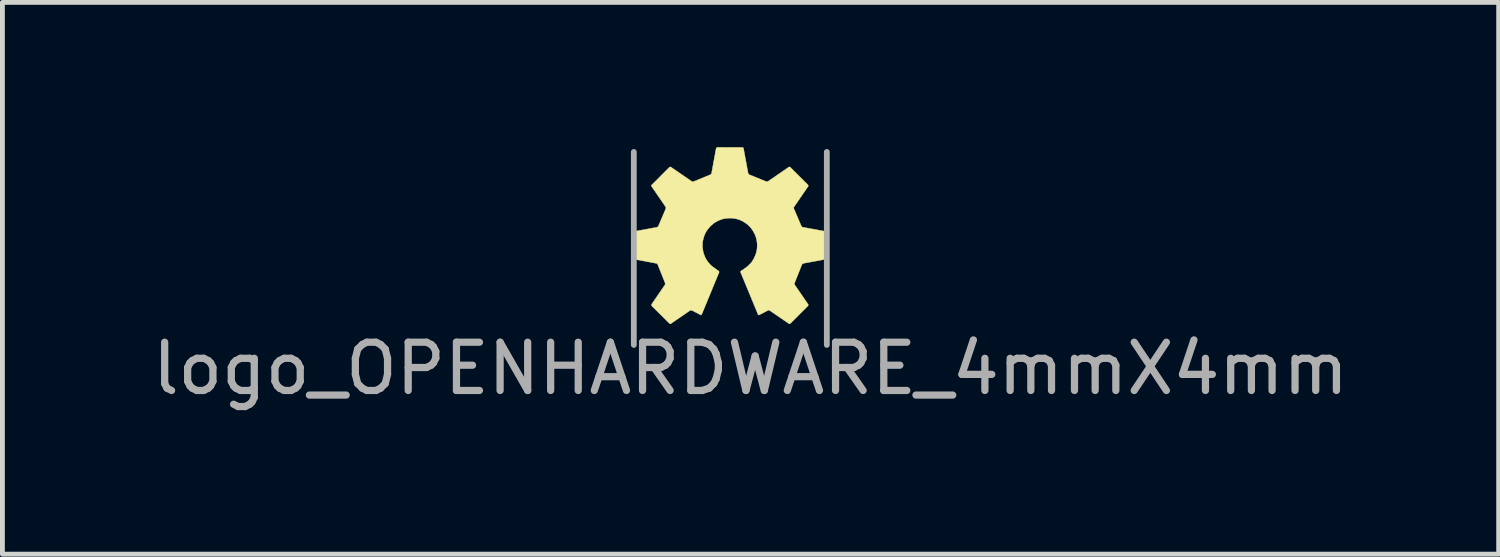
<source format=kicad_pcb>
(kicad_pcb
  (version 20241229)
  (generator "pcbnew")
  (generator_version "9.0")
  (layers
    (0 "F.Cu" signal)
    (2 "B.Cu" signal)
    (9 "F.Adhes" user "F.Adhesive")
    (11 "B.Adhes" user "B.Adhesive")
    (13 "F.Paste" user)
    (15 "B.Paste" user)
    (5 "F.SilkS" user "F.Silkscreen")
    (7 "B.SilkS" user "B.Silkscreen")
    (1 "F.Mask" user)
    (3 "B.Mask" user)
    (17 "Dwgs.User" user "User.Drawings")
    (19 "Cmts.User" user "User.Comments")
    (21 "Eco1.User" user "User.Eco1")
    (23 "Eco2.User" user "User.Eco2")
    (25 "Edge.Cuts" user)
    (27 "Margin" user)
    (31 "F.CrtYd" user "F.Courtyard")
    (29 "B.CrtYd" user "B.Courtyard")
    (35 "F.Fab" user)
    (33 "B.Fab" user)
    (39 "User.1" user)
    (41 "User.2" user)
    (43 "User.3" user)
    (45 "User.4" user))
  (footprint "logo_OPENHARDWARE_4mmX4mm"
    (layer "F.Cu")
    (at 12.087 2.099)
    (property "Reference" "logo_OPENHARDWARE_4mmX4mm" (at 0.419 2.489 0) (layer "F.Fab") (effects (font (size 1 1) (thickness 0.15))))
    (attr through_hole)
    (fp_poly (pts (xy 0.244 -2.093) (xy 0.251 -2.093) (xy 0.259 -2.09) (xy 0.264 -2.088) (xy 0.272 -2.08) (xy 0.369 -1.557) (xy 0.373 -1.547) (xy 0.378 -1.539) (xy 0.386 -1.532) (xy 0.737 -1.389) (xy 0.744 -1.387) (xy 0.757 -1.384) (xy 0.772 -1.387) (xy 0.78 -1.389) (xy 1.214 -1.687) (xy 1.219 -1.689) (xy 1.227 -1.689) (xy 1.237 -1.687) (xy 1.605 -1.321) (xy 1.613 -1.306) (xy 1.615 -1.298) (xy 1.615 -1.29) (xy 1.321 -0.861) (xy 1.318 -0.856) (xy 1.313 -0.848) (xy 1.313 -0.838) (xy 1.316 -0.828) (xy 1.471 -0.465) (xy 1.476 -0.457) (xy 1.478 -0.452) (xy 1.494 -0.442) (xy 1.504 -0.439) (xy 1.996 -0.348) (xy 2.004 -0.345) (xy 2.012 -0.34) (xy 2.017 -0.335) (xy 2.019 -0.33) (xy 2.022 -0.323) (xy 2.022 0.193) (xy 2.019 0.203) (xy 2.012 0.213) (xy 2.004 0.218) (xy 1.514 0.31) (xy 1.504 0.315) (xy 1.494 0.323) (xy 1.483 0.336) (xy 1.332 0.715) (xy 1.328 0.729) (xy 1.328 0.737) (xy 1.331 0.749) (xy 1.61 1.156) (xy 1.613 1.161) (xy 1.615 1.171) (xy 1.615 1.176) (xy 1.613 1.186) (xy 1.242 1.557) (xy 1.234 1.562) (xy 1.224 1.562) (xy 1.217 1.56) (xy 1.212 1.557) (xy 0.818 1.288) (xy 0.81 1.283) (xy 0.8 1.28) (xy 0.79 1.28) (xy 0.78 1.283) (xy 0.599 1.379) (xy 0.592 1.379) (xy 0.584 1.377) (xy 0.579 1.374) (xy 0.574 1.367) (xy 0.218 0.505) (xy 0.213 0.495) (xy 0.213 0.48) (xy 0.216 0.472) (xy 0.226 0.462) (xy 0.262 0.442) (xy 0.302 0.411) (xy 0.356 0.373) (xy 0.437 0.292) (xy 0.485 0.216) (xy 0.528 0.119) (xy 0.549 0.038) (xy 0.556 -0.023) (xy 0.556 -0.094) (xy 0.546 -0.178) (xy 0.513 -0.284) (xy 0.462 -0.376) (xy 0.417 -0.437) (xy 0.368 -0.485) (xy 0.315 -0.526) (xy 0.269 -0.556) (xy 0.203 -0.589) (xy 0.137 -0.61) (xy 0.091 -0.62) (xy 0.043 -0.627) (xy -0.043 -0.627) (xy -0.142 -0.615) (xy -0.239 -0.582) (xy -0.335 -0.528) (xy -0.411 -0.462) (xy -0.452 -0.414) (xy -0.493 -0.361) (xy -0.516 -0.318) (xy -0.546 -0.251) (xy -0.561 -0.191) (xy -0.574 -0.135) (xy -0.577 -0.081) (xy -0.577 -0.046) (xy -0.574 0.003) (xy -0.561 0.076) (xy -0.549 0.117) (xy -0.528 0.17) (xy -0.503 0.221) (xy -0.47 0.272) (xy -0.432 0.318) (xy -0.391 0.361) (xy -0.246 0.465) (xy -0.236 0.475) (xy -0.234 0.483) (xy -0.234 0.498) (xy -0.589 1.361) (xy -0.599 1.377) (xy -0.612 1.379) (xy -0.79 1.288) (xy -0.803 1.283) (xy -0.815 1.28) (xy -0.826 1.283) (xy -0.833 1.285) (xy -1.217 1.549) (xy -1.229 1.56) (xy -1.245 1.562) (xy -1.26 1.557) (xy -1.615 1.204) (xy -1.626 1.191) (xy -1.633 1.176) (xy -1.633 1.163) (xy -1.631 1.158) (xy -1.356 0.757) (xy -1.351 0.749) (xy -1.349 0.739) (xy -1.349 0.726) (xy -1.351 0.719) (xy -1.506 0.33) (xy -1.511 0.323) (xy -1.524 0.312) (xy -1.547 0.307) (xy -2.022 0.218) (xy -2.035 0.211) (xy -2.04 0.201) (xy -2.042 0.191) (xy -2.041 -0.321) (xy -2.04 -0.33) (xy -2.035 -0.338) (xy -2.027 -0.345) (xy -2.017 -0.348) (xy -1.521 -0.439) (xy -1.514 -0.442) (xy -1.501 -0.45) (xy -1.494 -0.457) (xy -1.344 -0.81) (xy -1.336 -0.828) (xy -1.336 -0.851) (xy -1.339 -0.859) (xy -1.344 -0.866) (xy -1.626 -1.278) (xy -1.633 -1.288) (xy -1.636 -1.3) (xy -1.633 -1.311) (xy -1.626 -1.318) (xy -1.27 -1.676) (xy -1.265 -1.681) (xy -1.255 -1.687) (xy -1.245 -1.689) (xy -1.237 -1.689) (xy -1.229 -1.684) (xy -0.792 -1.384) (xy -0.767 -1.384) (xy -0.414 -1.529) (xy -0.401 -1.537) (xy -0.394 -1.547) (xy -0.389 -1.557) (xy -0.295 -2.075) (xy -0.287 -2.085) (xy -0.279 -2.09) (xy -0.267 -2.095)) (stroke (width 0.0001) (type solid)) (fill yes) (layer "F.SilkS"))
    (fp_curve (pts (xy -2.041 -0.321) (xy -2.041 -0.321) (xy -2.041 0.193) (xy -2.041 0.193)) (stroke (width 0.008) (type solid)) (layer "F.SilkS"))
    (fp_curve (pts (xy -2.041 0.193) (xy -2.041 0.205) (xy -2.031 0.217) (xy -2.019 0.219)) (stroke (width 0.008) (type solid)) (layer "F.SilkS"))
    (fp_curve (pts (xy -2.019 -0.347) (xy -2.031 -0.345) (xy -2.041 -0.333) (xy -2.041 -0.321)) (stroke (width 0.008) (type solid)) (layer "F.SilkS"))
    (fp_curve (pts (xy -2.019 0.219) (xy -2.019 0.219) (xy -1.532 0.31) (xy -1.532 0.31)) (stroke (width 0.008) (type solid)) (layer "F.SilkS"))
    (fp_curve (pts (xy -1.631 1.156) (xy -1.638 1.167) (xy -1.636 1.182) (xy -1.628 1.191)) (stroke (width 0.008) (type solid)) (layer "F.SilkS"))
    (fp_curve (pts (xy -1.631 -1.284) (xy -1.631 -1.284) (xy -1.34 -0.861) (xy -1.34 -0.861)) (stroke (width 0.008) (type solid)) (layer "F.SilkS"))
    (fp_curve (pts (xy -1.628 1.191) (xy -1.628 1.191) (xy -1.265 1.554) (xy -1.265 1.554)) (stroke (width 0.008) (type solid)) (layer "F.SilkS"))
    (fp_curve (pts (xy -1.628 -1.319) (xy -1.636 -1.31) (xy -1.638 -1.294) (xy -1.631 -1.284)) (stroke (width 0.008) (type solid)) (layer "F.SilkS"))
    (fp_curve (pts (xy -1.532 0.31) (xy -1.52 0.312) (xy -1.507 0.324) (xy -1.504 0.336)) (stroke (width 0.008) (type solid)) (layer "F.SilkS"))
    (fp_curve (pts (xy -1.52 -0.44) (xy -1.52 -0.44) (xy -2.019 -0.347) (xy -2.019 -0.347)) (stroke (width 0.008) (type solid)) (layer "F.SilkS"))
    (fp_curve (pts (xy -1.504 0.336) (xy -1.504 0.336) (xy -1.352 0.715) (xy -1.352 0.715)) (stroke (width 0.008) (type solid)) (layer "F.SilkS"))
    (fp_curve (pts (xy -1.491 -0.465) (xy -1.495 -0.454) (xy -1.508 -0.442) (xy -1.52 -0.44)) (stroke (width 0.008) (type solid)) (layer "F.SilkS"))
    (fp_curve (pts (xy -1.355 0.754) (xy -1.355 0.754) (xy -1.631 1.156) (xy -1.631 1.156)) (stroke (width 0.008) (type solid)) (layer "F.SilkS"))
    (fp_curve (pts (xy -1.352 0.715) (xy -1.346 0.726) (xy -1.348 0.743) (xy -1.355 0.754)) (stroke (width 0.008) (type solid)) (layer "F.SilkS"))
    (fp_curve (pts (xy -1.34 -0.861) (xy -1.333 -0.85) (xy -1.332 -0.833) (xy -1.338 -0.822)) (stroke (width 0.008) (type solid)) (layer "F.SilkS"))
    (fp_curve (pts (xy -1.338 -0.822) (xy -1.338 -0.822) (xy -1.491 -0.465) (xy -1.491 -0.465)) (stroke (width 0.008) (type solid)) (layer "F.SilkS"))
    (fp_curve (pts (xy -1.265 1.554) (xy -1.256 1.562) (xy -1.24 1.564) (xy -1.23 1.557)) (stroke (width 0.008) (type solid)) (layer "F.SilkS"))
    (fp_curve (pts (xy -1.265 -1.681) (xy -1.265 -1.681) (xy -1.628 -1.319) (xy -1.628 -1.319)) (stroke (width 0.008) (type solid)) (layer "F.SilkS"))
    (fp_curve (pts (xy -1.23 1.557) (xy -1.23 1.557) (xy -0.835 1.285) (xy -0.835 1.285)) (stroke (width 0.008) (type solid)) (layer "F.SilkS"))
    (fp_curve (pts (xy -1.23 -1.685) (xy -1.24 -1.692) (xy -1.256 -1.69) (xy -1.265 -1.681)) (stroke (width 0.008) (type solid)) (layer "F.SilkS"))
    (fp_curve (pts (xy -0.835 1.285) (xy -0.825 1.278) (xy -0.807 1.278) (xy -0.797 1.284)) (stroke (width 0.008) (type solid)) (layer "F.SilkS"))
    (fp_curve (pts (xy -0.799 -1.389) (xy -0.799 -1.389) (xy -1.23 -1.685) (xy -1.23 -1.685)) (stroke (width 0.008) (type solid)) (layer "F.SilkS"))
    (fp_curve (pts (xy -0.797 1.284) (xy -0.797 1.284) (xy -0.622 1.377) (xy -0.622 1.377)) (stroke (width 0.008) (type solid)) (layer "F.SilkS"))
    (fp_curve (pts (xy -0.761 -1.386) (xy -0.772 -1.381) (xy -0.789 -1.382) (xy -0.799 -1.389)) (stroke (width 0.008) (type solid)) (layer "F.SilkS"))
    (fp_curve (pts (xy -0.622 1.377) (xy -0.611 1.383) (xy -0.598 1.378) (xy -0.594 1.367)) (stroke (width 0.008) (type solid)) (layer "F.SilkS"))
    (fp_curve (pts (xy -0.594 1.367) (xy -0.594 1.367) (xy -0.234 0.498) (xy -0.234 0.498)) (stroke (width 0.008) (type solid)) (layer "F.SilkS"))
    (fp_curve (pts (xy -0.578 -0.061) (xy -0.578 -0.374) (xy -0.324 -0.629) (xy -0.01 -0.629)) (stroke (width 0.008) (type solid)) (layer "F.SilkS"))
    (fp_curve (pts (xy -0.415 -1.528) (xy -0.415 -1.528) (xy -0.761 -1.386) (xy -0.761 -1.386)) (stroke (width 0.008) (type solid)) (layer "F.SilkS"))
    (fp_curve (pts (xy -0.389 -1.557) (xy -0.392 -1.545) (xy -0.403 -1.532) (xy -0.415 -1.528)) (stroke (width 0.008) (type solid)) (layer "F.SilkS"))
    (fp_curve (pts (xy -0.316 0.417) (xy -0.473 0.316) (xy -0.578 0.14) (xy -0.578 -0.061)) (stroke (width 0.008) (type solid)) (layer "F.SilkS"))
    (fp_curve (pts (xy -0.293 -2.073) (xy -0.293 -2.073) (xy -0.389 -1.557) (xy -0.389 -1.557)) (stroke (width 0.008) (type solid)) (layer "F.SilkS"))
    (fp_curve (pts (xy -0.288 0.438) (xy -0.296 0.433) (xy -0.307 0.425) (xy -0.316 0.417)) (stroke (width 0.008) (type solid)) (layer "F.SilkS"))
    (fp_curve (pts (xy -0.267 -2.095) (xy -0.279 -2.095) (xy -0.291 -2.085) (xy -0.293 -2.073)) (stroke (width 0.008) (type solid)) (layer "F.SilkS"))
    (fp_curve (pts (xy -0.245 0.465) (xy -0.245 0.465) (xy -0.288 0.438) (xy -0.288 0.438)) (stroke (width 0.008) (type solid)) (layer "F.SilkS"))
    (fp_curve (pts (xy -0.234 0.498) (xy -0.229 0.486) (xy -0.234 0.472) (xy -0.245 0.465)) (stroke (width 0.008) (type solid)) (layer "F.SilkS"))
    (fp_curve (pts (xy -0.01 -0.629) (xy 0.303 -0.629) (xy 0.558 -0.374) (xy 0.558 -0.061)) (stroke (width 0.008) (type solid)) (layer "F.SilkS"))
    (fp_curve (pts (xy 0.214 0.498) (xy 0.214 0.498) (xy 0.573 1.367) (xy 0.573 1.367)) (stroke (width 0.008) (type solid)) (layer "F.SilkS"))
    (fp_curve (pts (xy 0.224 0.465) (xy 0.214 0.472) (xy 0.209 0.486) (xy 0.214 0.498)) (stroke (width 0.008) (type solid)) (layer "F.SilkS"))
    (fp_curve (pts (xy 0.247 -2.095) (xy 0.247 -2.095) (xy -0.267 -2.095) (xy -0.267 -2.095)) (stroke (width 0.008) (type solid)) (layer "F.SilkS"))
    (fp_curve (pts (xy 0.268 0.438) (xy 0.268 0.438) (xy 0.224 0.465) (xy 0.224 0.465)) (stroke (width 0.008) (type solid)) (layer "F.SilkS"))
    (fp_curve (pts (xy 0.273 -2.073) (xy 0.271 -2.085) (xy 0.259 -2.095) (xy 0.247 -2.095)) (stroke (width 0.008) (type solid)) (layer "F.SilkS"))
    (fp_curve (pts (xy 0.296 0.417) (xy 0.287 0.425) (xy 0.276 0.433) (xy 0.268 0.438)) (stroke (width 0.008) (type solid)) (layer "F.SilkS"))
    (fp_curve (pts (xy 0.369 -1.557) (xy 0.369 -1.557) (xy 0.273 -2.073) (xy 0.273 -2.073)) (stroke (width 0.008) (type solid)) (layer "F.SilkS"))
    (fp_curve (pts (xy 0.395 -1.528) (xy 0.383 -1.532) (xy 0.372 -1.545) (xy 0.369 -1.557)) (stroke (width 0.008) (type solid)) (layer "F.SilkS"))
    (fp_curve (pts (xy 0.558 -0.061) (xy 0.558 0.14) (xy 0.453 0.316) (xy 0.296 0.417)) (stroke (width 0.008) (type solid)) (layer "F.SilkS"))
    (fp_curve (pts (xy 0.573 1.367) (xy 0.578 1.378) (xy 0.591 1.383) (xy 0.602 1.377)) (stroke (width 0.008) (type solid)) (layer "F.SilkS"))
    (fp_curve (pts (xy 0.602 1.377) (xy 0.602 1.377) (xy 0.777 1.284) (xy 0.777 1.284)) (stroke (width 0.008) (type solid)) (layer "F.SilkS"))
    (fp_curve (pts (xy 0.74 -1.386) (xy 0.74 -1.386) (xy 0.395 -1.528) (xy 0.395 -1.528)) (stroke (width 0.008) (type solid)) (layer "F.SilkS"))
    (fp_curve (pts (xy 0.777 1.284) (xy 0.787 1.278) (xy 0.804 1.278) (xy 0.815 1.285)) (stroke (width 0.008) (type solid)) (layer "F.SilkS"))
    (fp_curve (pts (xy 0.779 -1.389) (xy 0.769 -1.382) (xy 0.752 -1.381) (xy 0.74 -1.386)) (stroke (width 0.008) (type solid)) (layer "F.SilkS"))
    (fp_curve (pts (xy 0.815 1.285) (xy 0.815 1.285) (xy 1.21 1.557) (xy 1.21 1.557)) (stroke (width 0.008) (type solid)) (layer "F.SilkS"))
    (fp_curve (pts (xy 1.21 1.557) (xy 1.22 1.564) (xy 1.236 1.563) (xy 1.245 1.554)) (stroke (width 0.008) (type solid)) (layer "F.SilkS"))
    (fp_curve (pts (xy 1.21 -1.685) (xy 1.21 -1.685) (xy 0.779 -1.389) (xy 0.779 -1.389)) (stroke (width 0.008) (type solid)) (layer "F.SilkS"))
    (fp_curve (pts (xy 1.245 1.554) (xy 1.245 1.554) (xy 1.608 1.191) (xy 1.608 1.191)) (stroke (width 0.008) (type solid)) (layer "F.SilkS"))
    (fp_curve (pts (xy 1.245 -1.681) (xy 1.236 -1.69) (xy 1.22 -1.692) (xy 1.21 -1.685)) (stroke (width 0.008) (type solid)) (layer "F.SilkS"))
    (fp_curve (pts (xy 1.318 -0.822) (xy 1.312 -0.833) (xy 1.313 -0.85) (xy 1.32 -0.861)) (stroke (width 0.008) (type solid)) (layer "F.SilkS"))
    (fp_curve (pts (xy 1.32 -0.861) (xy 1.32 -0.861) (xy 1.611 -1.284) (xy 1.611 -1.284)) (stroke (width 0.008) (type solid)) (layer "F.SilkS"))
    (fp_curve (pts (xy 1.332 0.715) (xy 1.332 0.715) (xy 1.483 0.336) (xy 1.483 0.336)) (stroke (width 0.008) (type solid)) (layer "F.SilkS"))
    (fp_curve (pts (xy 1.334 0.754) (xy 1.327 0.743) (xy 1.326 0.726) (xy 1.332 0.715)) (stroke (width 0.008) (type solid)) (layer "F.SilkS"))
    (fp_curve (pts (xy 1.471 -0.465) (xy 1.471 -0.465) (xy 1.318 -0.822) (xy 1.318 -0.822)) (stroke (width 0.008) (type solid)) (layer "F.SilkS"))
    (fp_curve (pts (xy 1.483 0.336) (xy 1.487 0.324) (xy 1.5 0.312) (xy 1.512 0.31)) (stroke (width 0.008) (type solid)) (layer "F.SilkS"))
    (fp_curve (pts (xy 1.5 -0.44) (xy 1.488 -0.442) (xy 1.475 -0.454) (xy 1.471 -0.465)) (stroke (width 0.008) (type solid)) (layer "F.SilkS"))
    (fp_curve (pts (xy 1.512 0.31) (xy 1.512 0.31) (xy 1.999 0.219) (xy 1.999 0.219)) (stroke (width 0.008) (type solid)) (layer "F.SilkS"))
    (fp_curve (pts (xy 1.608 1.191) (xy 1.616 1.182) (xy 1.618 1.167) (xy 1.611 1.156)) (stroke (width 0.008) (type solid)) (layer "F.SilkS"))
    (fp_curve (pts (xy 1.608 -1.319) (xy 1.608 -1.319) (xy 1.245 -1.681) (xy 1.245 -1.681)) (stroke (width 0.008) (type solid)) (layer "F.SilkS"))
    (fp_curve (pts (xy 1.611 -1.284) (xy 1.618 -1.294) (xy 1.616 -1.31) (xy 1.608 -1.319)) (stroke (width 0.008) (type solid)) (layer "F.SilkS"))
    (fp_curve (pts (xy 1.611 1.156) (xy 1.611 1.156) (xy 1.334 0.754) (xy 1.334 0.754)) (stroke (width 0.008) (type solid)) (layer "F.SilkS"))
    (fp_curve (pts (xy 1.999 0.219) (xy 2.011 0.217) (xy 2.021 0.205) (xy 2.021 0.193)) (stroke (width 0.008) (type solid)) (layer "F.SilkS"))
    (fp_curve (pts (xy 1.999 -0.347) (xy 1.999 -0.347) (xy 1.5 -0.44) (xy 1.5 -0.44)) (stroke (width 0.008) (type solid)) (layer "F.SilkS"))
    (fp_curve (pts (xy 2.021 0.193) (xy 2.021 0.193) (xy 2.021 -0.321) (xy 2.021 -0.321)) (stroke (width 0.008) (type solid)) (layer "F.SilkS"))
    (fp_curve (pts (xy 2.021 -0.321) (xy 2.021 -0.333) (xy 2.011 -0.345) (xy 1.999 -0.347)) (stroke (width 0.008) (type solid)) (layer "F.SilkS"))
    (fp_line (start -2 2) (end -2 -2) (stroke (width 0.12) (type solid)) (layer "F.Fab"))
    (fp_line (start 2 -2) (end 2 2) (stroke (width 0.12) (type solid)) (layer "F.Fab")))
  (gr_rect
    (start -3 -3)
    (end 28.012 8.436)
    (stroke (width 0.1) (type default))
    (fill no)
    (layer "Edge.Cuts")))
</source>
